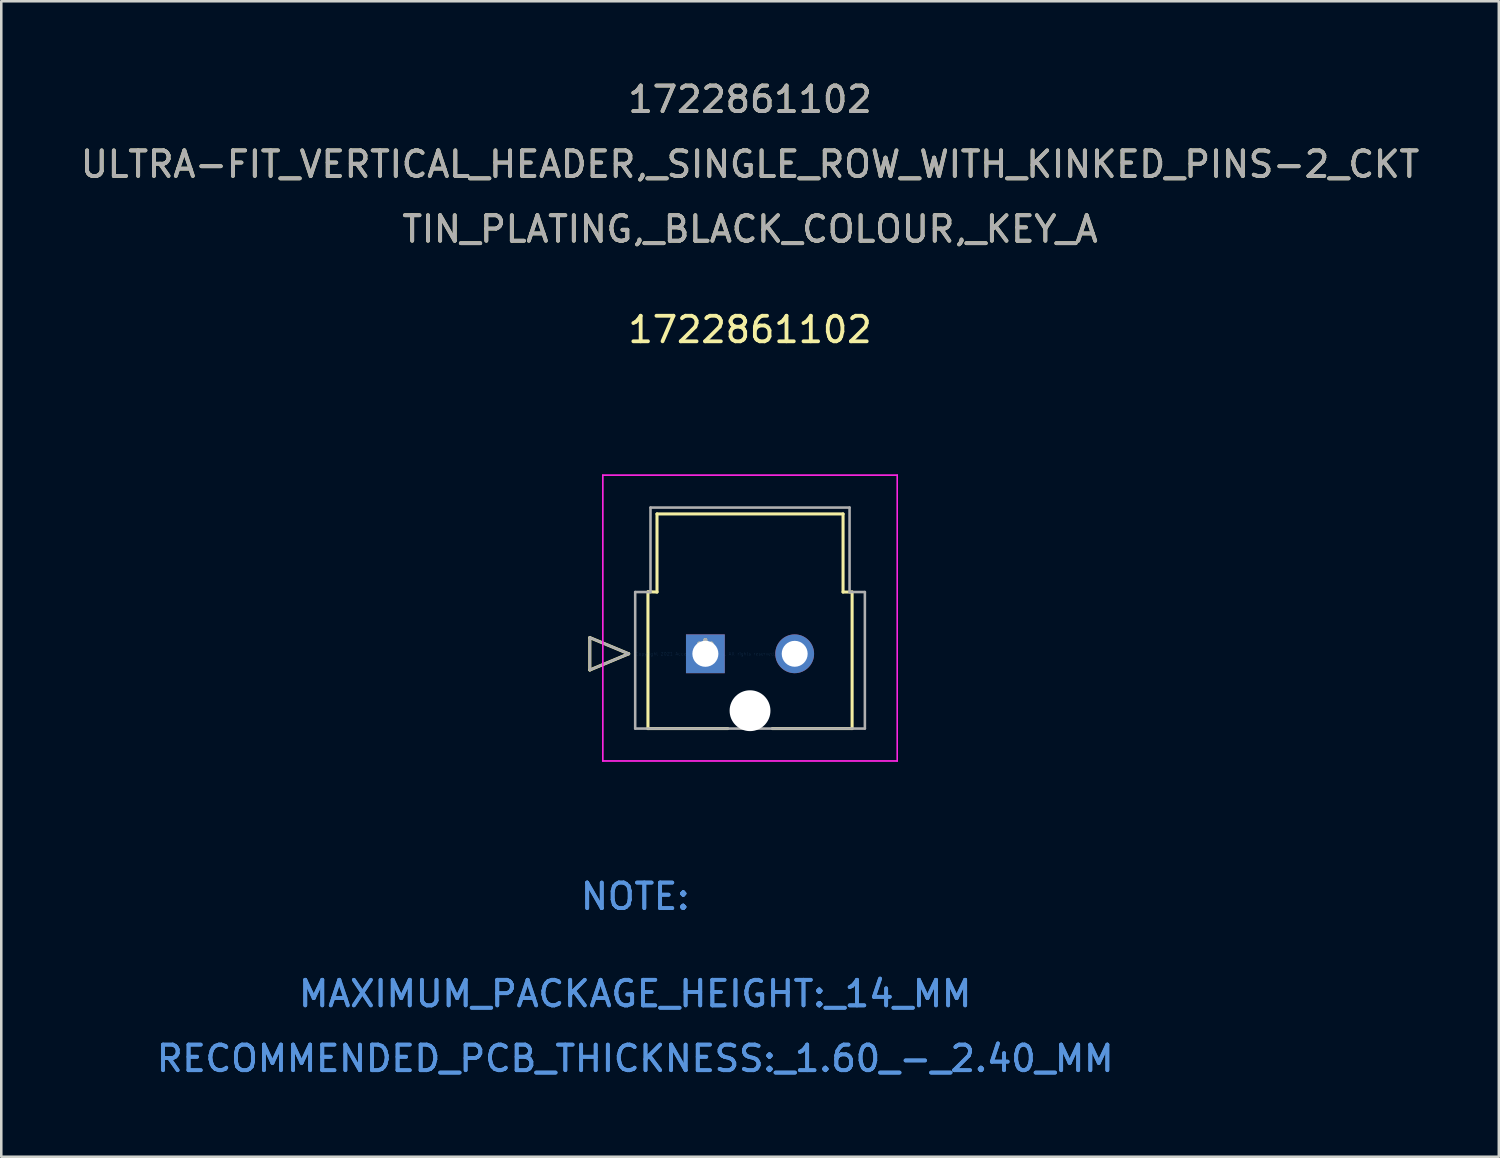
<source format=kicad_pcb>
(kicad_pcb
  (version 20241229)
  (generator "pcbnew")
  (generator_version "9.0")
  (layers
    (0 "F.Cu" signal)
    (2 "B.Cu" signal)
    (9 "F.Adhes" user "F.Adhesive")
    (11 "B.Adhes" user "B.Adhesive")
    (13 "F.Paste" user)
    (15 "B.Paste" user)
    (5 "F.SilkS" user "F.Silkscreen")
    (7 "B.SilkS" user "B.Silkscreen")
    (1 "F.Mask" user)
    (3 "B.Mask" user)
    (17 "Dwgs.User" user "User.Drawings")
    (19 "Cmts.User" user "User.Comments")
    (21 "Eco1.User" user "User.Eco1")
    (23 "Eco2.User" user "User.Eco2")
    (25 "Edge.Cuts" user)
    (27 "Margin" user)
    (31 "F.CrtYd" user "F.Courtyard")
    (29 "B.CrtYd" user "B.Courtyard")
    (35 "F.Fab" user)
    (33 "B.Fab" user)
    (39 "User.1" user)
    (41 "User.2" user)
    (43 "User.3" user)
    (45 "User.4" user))
  (footprint "1722861102"
    (layer "F.Cu")
    (at 24.589 22.568)
    (property "Reference" "1722861102" (at 1.75 -12.7 0) (layer "F.SilkS") (effects (font (size 1 1) (thickness 0.15))))
    (attr through_hole)
    (fp_line (start -4.528 -0.635) (end -4.528 0.635) (stroke (width 0.12) (type solid)) (layer "F.SilkS"))
    (fp_line (start -4.528 0.635) (end -3.004 0) (stroke (width 0.12) (type solid)) (layer "F.SilkS"))
    (fp_line (start -3.004 0) (end -4.528 -0.635) (stroke (width 0.12) (type solid)) (layer "F.SilkS"))
    (fp_line (start -2.25 -2.431) (end -1.895 -2.42) (stroke (width 0.12) (type solid)) (layer "F.SilkS"))
    (fp_line (start -2.25 2.93) (end -2.25 -2.42) (stroke (width 0.12) (type solid)) (layer "F.SilkS"))
    (fp_line (start -1.895 -5.48) (end 5.395 -5.48) (stroke (width 0.12) (type solid)) (layer "F.SilkS"))
    (fp_line (start -1.895 -2.42) (end -1.895 -5.48) (stroke (width 0.12) (type solid)) (layer "F.SilkS"))
    (fp_line (start 0.876 2.93) (end -2.25 2.93) (stroke (width 0.12) (type solid)) (layer "F.SilkS"))
    (fp_line (start 5.395 -5.48) (end 5.395 -2.42) (stroke (width 0.12) (type solid)) (layer "F.SilkS"))
    (fp_line (start 5.395 -2.42) (end 5.75 -2.42) (stroke (width 0.12) (type solid)) (layer "F.SilkS"))
    (fp_line (start 5.75 -2.42) (end 5.75 2.93) (stroke (width 0.12) (type solid)) (layer "F.SilkS"))
    (fp_line (start 5.75 2.93) (end 2.624 2.93) (stroke (width 0.12) (type solid)) (layer "F.SilkS"))
    (fp_line (start -4.02 -7) (end -4.02 4.2) (stroke (width 0.05) (type solid)) (layer "F.CrtYd"))
    (fp_line (start -4.02 -7) (end -4.02 4.2) (stroke (width 0.05) (type solid)) (layer "F.CrtYd"))
    (fp_line (start -4.02 4.2) (end 7.52 4.2) (stroke (width 0.05) (type solid)) (layer "F.CrtYd"))
    (fp_line (start -4.02 4.2) (end 7.52 4.2) (stroke (width 0.05) (type solid)) (layer "F.CrtYd"))
    (fp_line (start 7.52 -7) (end -4.02 -7) (stroke (width 0.05) (type solid)) (layer "F.CrtYd"))
    (fp_line (start 7.52 -7) (end -4.02 -7) (stroke (width 0.05) (type solid)) (layer "F.CrtYd"))
    (fp_line (start 7.52 4.2) (end 7.52 -7) (stroke (width 0.05) (type solid)) (layer "F.CrtYd"))
    (fp_line (start 7.52 4.2) (end 7.52 -7) (stroke (width 0.05) (type solid)) (layer "F.CrtYd"))
    (fp_line (start -4.528 -0.635) (end -4.528 0.635) (stroke (width 0.1) (type solid)) (layer "F.Fab"))
    (fp_line (start -4.528 0.635) (end -3.004 0) (stroke (width 0.1) (type solid)) (layer "F.Fab"))
    (fp_line (start -3.004 0) (end -4.528 -0.635) (stroke (width 0.1) (type solid)) (layer "F.Fab"))
    (fp_line (start -2.75 -2.42) (end -2.15 -2.42) (stroke (width 0.1) (type solid)) (layer "F.Fab"))
    (fp_line (start -2.75 2.93) (end -2.75 -2.42) (stroke (width 0.1) (type solid)) (layer "F.Fab"))
    (fp_line (start -2.15 -5.73) (end 5.65 -5.73) (stroke (width 0.1) (type solid)) (layer "F.Fab"))
    (fp_line (start -2.15 -2.42) (end -2.15 -5.73) (stroke (width 0.1) (type solid)) (layer "F.Fab"))
    (fp_line (start 5.65 -5.73) (end 5.65 -2.42) (stroke (width 0.1) (type solid)) (layer "F.Fab"))
    (fp_line (start 5.65 -2.42) (end 6.25 -2.42) (stroke (width 0.1) (type solid)) (layer "F.Fab"))
    (fp_line (start 6.25 -2.42) (end 6.25 2.93) (stroke (width 0.1) (type solid)) (layer "F.Fab"))
    (fp_line (start 6.25 2.93) (end -2.75 2.93) (stroke (width 0.1) (type solid)) (layer "F.Fab"))
    (fp_text user "*" (at 0 0 0) (layer "F.SilkS") (effects (font (size 1 1) (thickness 0.15))))
    (fp_text user "TIN_PLATING,_BLACK_COLOUR,_KEY_A" (at 1.75 -16.64 0) (layer "F.SilkS") (effects (font (size 1 1) (thickness 0.15))))
    (fp_text user "ULTRA-FIT_VERTICAL_HEADER,_SINGLE_ROW_WITH_KINKED_PINS-2_CKT" (at 1.75 -19.18 0) (layer "F.SilkS") (effects (font (size 1 1) (thickness 0.15))))
    (fp_text user "1722861102" (at 1.75 -21.72 0) (layer "F.SilkS") (effects (font (size 1 1) (thickness 0.15))))
    (fp_text user "MAXIMUM_PACKAGE_HEIGHT:_14_MM" (at -2.75 13.32 0) (layer "Cmts.User") (effects (font (size 1 1) (thickness 0.15))))
    (fp_text user "NOTE:" (at -2.75 9.51 0) (layer "Cmts.User") (effects (font (size 1 1) (thickness 0.15))))
    (fp_text user "NOTE:" (at -2.75 9.51 0) (layer "Cmts.User") (effects (font (size 1 1) (thickness 0.15))))
    (fp_text user "RECOMMENDED_PCB_THICKNESS:_1.60_-_2.40_MM" (at -2.75 15.86 0) (layer "Cmts.User") (effects (font (size 1 1) (thickness 0.15))))
    (fp_text user "MAXIMUM_PACKAGE_HEIGHT:_14_MM" (at -2.75 13.32 0) (layer "Cmts.User") (effects (font (size 1 1) (thickness 0.15))))
    (fp_text user "RECOMMENDED_PCB_THICKNESS:_1.60_-_2.40_MM" (at -2.75 15.86 0) (layer "Cmts.User") (effects (font (size 1 1) (thickness 0.15))))
    (fp_text user "Copyright 2021 Accelerated Designs. All rights reserved." (at 0 0 0) (layer "Cmts.User") (effects (font (size 0.127 0.127) (thickness 0.002))))
    (fp_text user "1722861102" (at 1.75 -21.72 0) (layer "F.Fab") (effects (font (size 1 1) (thickness 0.15))))
    (fp_text user "ULTRA-FIT_VERTICAL_HEADER,_SINGLE_ROW_WITH_KINKED_PINS-2_CKT" (at 1.75 -19.18 0) (layer "F.Fab") (effects (font (size 1 1) (thickness 0.15))))
    (fp_text user "TIN_PLATING,_BLACK_COLOUR,_KEY_A" (at 1.75 -16.64 0) (layer "F.Fab") (effects (font (size 1 1) (thickness 0.15))))
    (fp_text user "*" (at 0 0 0) (layer "F.Fab") (effects (font (size 1 1) (thickness 0.15))))
    (pad "" np_thru_hole circle (at 1.75 2.23) (size 1.6 1.6) (drill 1.6) (layers "*.Cu" "*.Mask"))
    (pad "1" thru_hole rect (at 0 0) (size 1.52 1.52) (drill 1.02) (layers "*.Cu" "*.Mask"))
    (pad "2" thru_hole circle (at 3.5 0) (size 1.52 1.52) (drill 1.016) (layers "*.Cu" "*.Mask")))
  (gr_rect
    (start -3 -3)
    (end 55.679 42.276)
    (stroke (width 0.1) (type default))
    (fill no)
    (layer "Edge.Cuts")))
</source>
